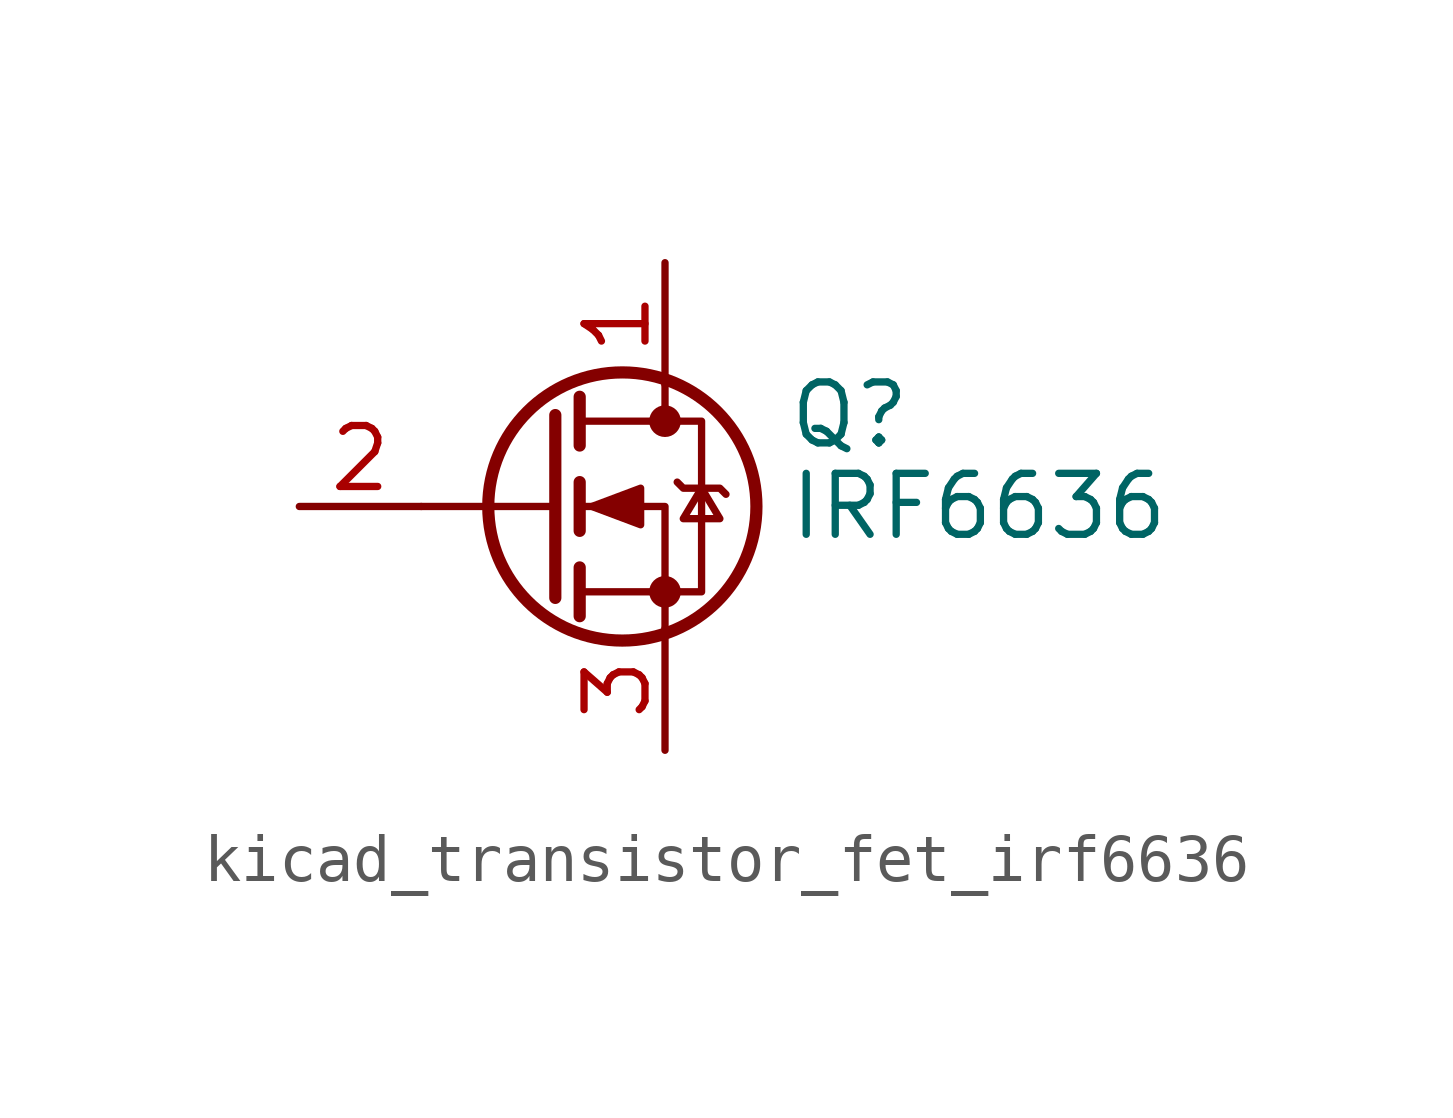
<source format=kicad_sym>
(kicad_symbol_lib
  (version 20220914)
  (generator kicad_symbol_editor)
  (symbol "kicad_transistor_fet_irf6636"
    (pin_names hide)
    (property "Reference" "Q"
      (at 5.08 1.905 0)
      (effects (font (size 1.27 1.27)) (justify left)))
    (property "Value" "IRF6636"
      (at 5.08 0 0)
      (effects (font (size 1.27 1.27)) (justify left)))
    (symbol "kicad_transistor_fet_irf6636_0_1"
      (polyline (pts (xy 0.254 0) (xy -2.54 0)) (stroke (width 0) (type default)) (fill (type none)))
      (polyline (pts (xy 0.254 1.905) (xy 0.254 -1.905)) (stroke (width 0.254) (type default)) (fill (type none)))
      (polyline (pts (xy 0.762 -1.27) (xy 0.762 -2.286)) (stroke (width 0.254) (type default)) (fill (type none)))
      (polyline (pts (xy 0.762 0.508) (xy 0.762 -0.508)) (stroke (width 0.254) (type default)) (fill (type none)))
      (polyline (pts (xy 0.762 2.286) (xy 0.762 1.27)) (stroke (width 0.254) (type default)) (fill (type none)))
      (polyline (pts (xy 2.54 2.54) (xy 2.54 1.778)) (stroke (width 0) (type default)) (fill (type none)))
      (polyline (pts (xy 2.54 -2.54) (xy 2.54 0) (xy 0.762 0)) (stroke (width 0) (type default)) (fill (type none)))
      (polyline (pts (xy 0.762 -1.778) (xy 3.302 -1.778) (xy 3.302 1.778) (xy 0.762 1.778)) (stroke (width 0) (type default)) (fill (type none)))
      (polyline (pts (xy 1.016 0) (xy 2.032 0.381) (xy 2.032 -0.381) (xy 1.016 0)) (stroke (width 0) (type default)) (fill (type outline)))
      (polyline (pts (xy 2.794 0.508) (xy 2.921 0.381) (xy 3.683 0.381) (xy 3.81 0.254)) (stroke (width 0) (type default)) (fill (type none)))
      (polyline (pts (xy 3.302 0.381) (xy 2.921 -0.254) (xy 3.683 -0.254) (xy 3.302 0.381)) (stroke (width 0) (type default)) (fill (type none)))
      (circle (center 1.651 0) (radius 2.794) (stroke (width 0.254) (type default)) (fill (type none)))
      (circle (center 2.54 -1.778) (radius 0.254) (stroke (width 0) (type default)) (fill (type outline)))
      (circle (center 2.54 1.778) (radius 0.254) (stroke (width 0) (type default)) (fill (type outline))))
    (symbol "kicad_transistor_fet_irf6636_1_1"
      (pin passive line (at 2.54 5.08 270) (length 2.54) (name "D" (effects (font (size 1.27 1.27)))) (number "1" (effects (font (size 1.27 1.27)))))
      (pin input line (at -5.08 0 0) (length 2.54) (name "G" (effects (font (size 1.27 1.27)))) (number "2" (effects (font (size 1.27 1.27)))))
      (pin passive line (at 2.54 -5.08 90) (length 2.54) (name "S" (effects (font (size 1.27 1.27)))) (number "3" (effects (font (size 1.27 1.27))))))))
</source>
